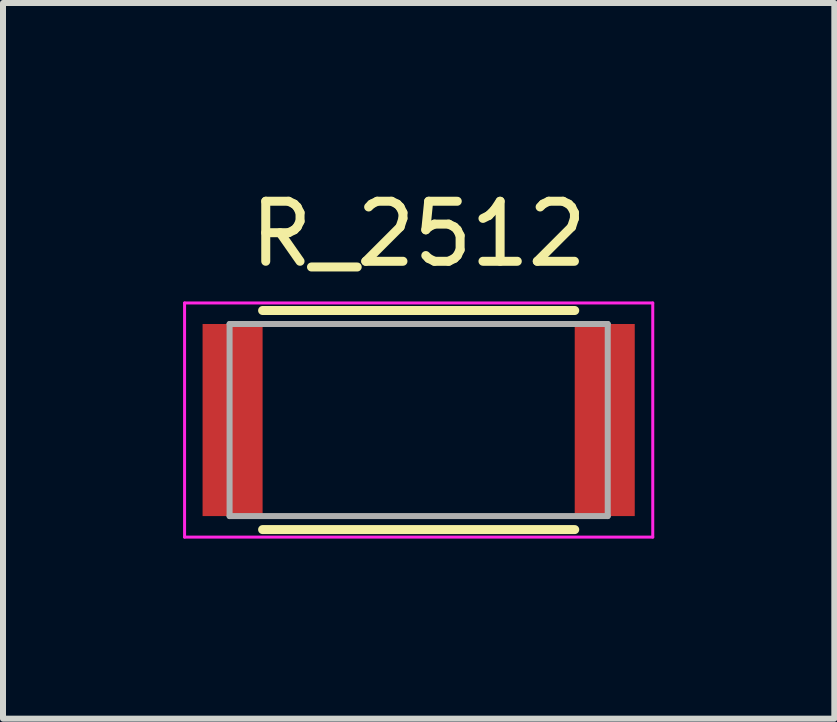
<source format=kicad_pcb>
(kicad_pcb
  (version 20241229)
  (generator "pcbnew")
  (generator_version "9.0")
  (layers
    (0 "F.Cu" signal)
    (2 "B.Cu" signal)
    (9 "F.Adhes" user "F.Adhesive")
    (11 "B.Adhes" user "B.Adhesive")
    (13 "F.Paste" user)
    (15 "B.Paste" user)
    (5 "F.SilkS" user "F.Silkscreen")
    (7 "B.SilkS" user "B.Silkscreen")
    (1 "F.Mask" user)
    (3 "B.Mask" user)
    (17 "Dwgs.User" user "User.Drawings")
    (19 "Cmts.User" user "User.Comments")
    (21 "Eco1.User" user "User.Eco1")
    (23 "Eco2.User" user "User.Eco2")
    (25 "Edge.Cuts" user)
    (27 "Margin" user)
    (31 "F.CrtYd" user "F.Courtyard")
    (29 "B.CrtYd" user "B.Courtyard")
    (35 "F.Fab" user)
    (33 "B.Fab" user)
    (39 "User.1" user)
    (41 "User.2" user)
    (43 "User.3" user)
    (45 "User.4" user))
  (footprint "R_2512"
    (layer "F.Cu")
    (at 3.925 3.948)
    (property "Reference" "R_2512" (at 0 -3.1 0) (layer "F.SilkS") (effects (font (size 1 1) (thickness 0.15))))
    (attr smd)
    (fp_line (start -2.6 -1.825) (end 2.6 -1.825) (stroke (width 0.15) (type solid)) (layer "F.SilkS"))
    (fp_line (start 2.6 1.825) (end -2.6 1.825) (stroke (width 0.15) (type solid)) (layer "F.SilkS"))
    (fp_line (start -3.9 -1.95) (end -3.9 1.95) (stroke (width 0.05) (type solid)) (layer "F.CrtYd"))
    (fp_line (start -3.9 -1.95) (end 3.9 -1.95) (stroke (width 0.05) (type solid)) (layer "F.CrtYd"))
    (fp_line (start -3.9 1.95) (end 3.9 1.95) (stroke (width 0.05) (type solid)) (layer "F.CrtYd"))
    (fp_line (start 3.9 -1.95) (end 3.9 1.95) (stroke (width 0.05) (type solid)) (layer "F.CrtYd"))
    (fp_line (start -3.15 -1.6) (end 3.15 -1.6) (stroke (width 0.1) (type solid)) (layer "F.Fab"))
    (fp_line (start -3.15 1.6) (end -3.15 -1.6) (stroke (width 0.1) (type solid)) (layer "F.Fab"))
    (fp_line (start 3.15 -1.6) (end 3.15 1.6) (stroke (width 0.1) (type solid)) (layer "F.Fab"))
    (fp_line (start 3.15 1.6) (end -3.15 1.6) (stroke (width 0.1) (type solid)) (layer "F.Fab"))
    (pad "1" smd rect (at -3.1 0) (size 1 3.2) (layers "F.Cu" "F.Mask" "F.Paste"))
    (pad "2" smd rect (at 3.1 0) (size 1 3.2) (layers "F.Cu" "F.Mask" "F.Paste")))
  (gr_rect
    (start -3 -3)
    (end 10.85 8.923)
    (stroke (width 0.1) (type default))
    (fill no)
    (layer "Edge.Cuts")))
</source>
